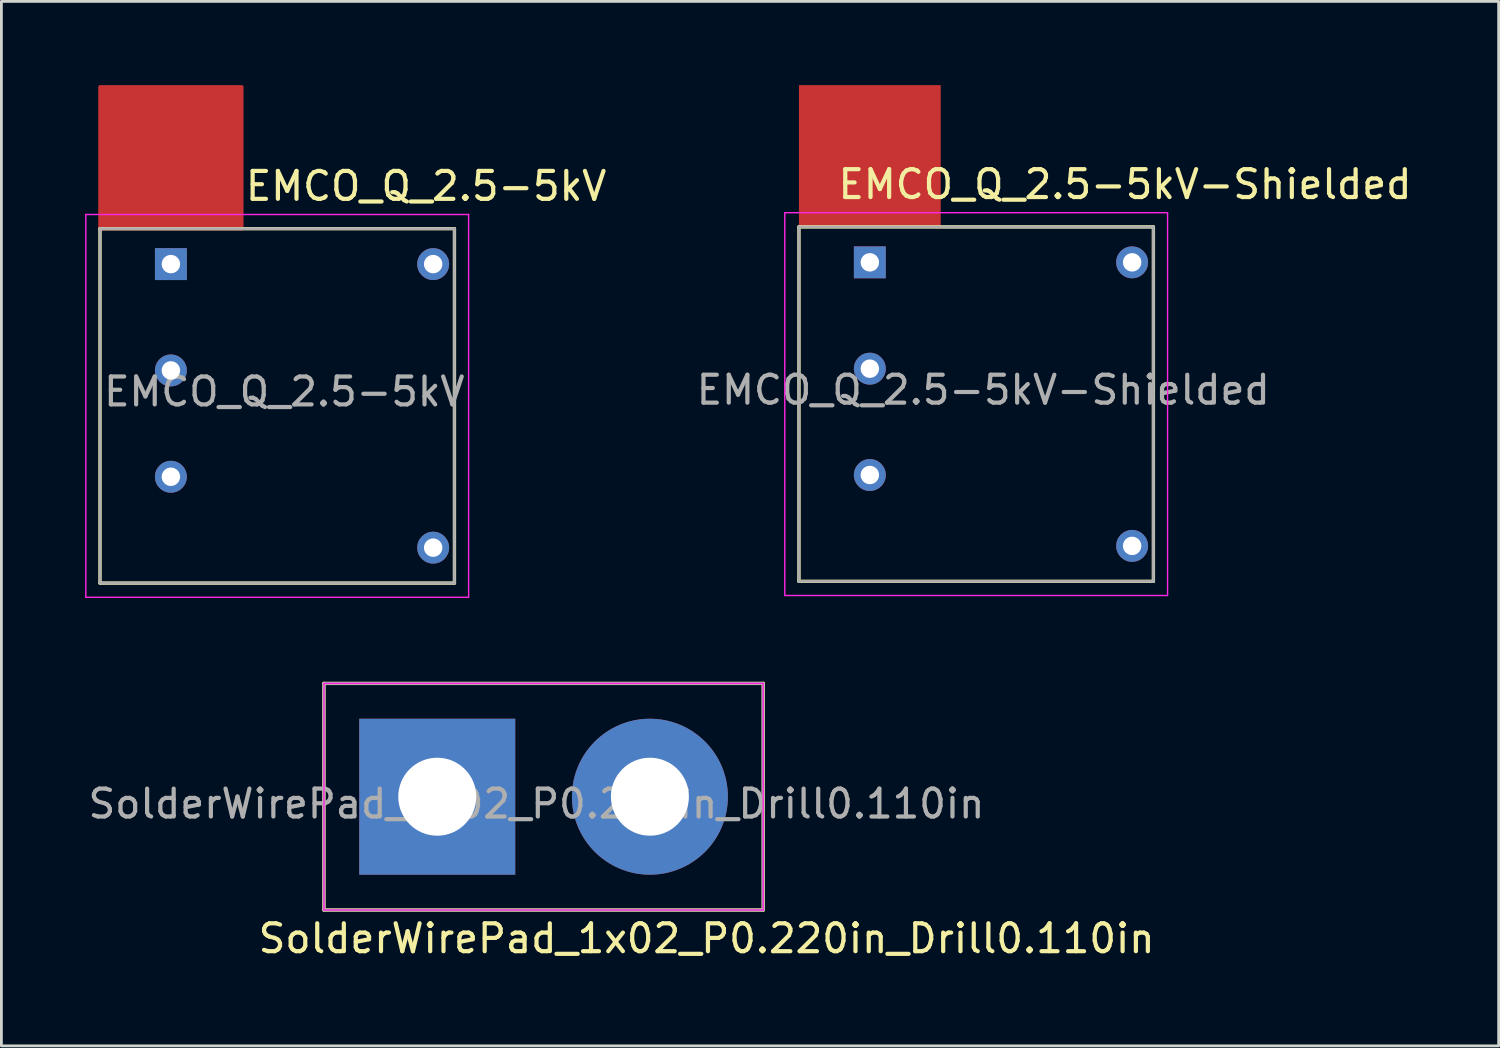
<source format=kicad_pcb>
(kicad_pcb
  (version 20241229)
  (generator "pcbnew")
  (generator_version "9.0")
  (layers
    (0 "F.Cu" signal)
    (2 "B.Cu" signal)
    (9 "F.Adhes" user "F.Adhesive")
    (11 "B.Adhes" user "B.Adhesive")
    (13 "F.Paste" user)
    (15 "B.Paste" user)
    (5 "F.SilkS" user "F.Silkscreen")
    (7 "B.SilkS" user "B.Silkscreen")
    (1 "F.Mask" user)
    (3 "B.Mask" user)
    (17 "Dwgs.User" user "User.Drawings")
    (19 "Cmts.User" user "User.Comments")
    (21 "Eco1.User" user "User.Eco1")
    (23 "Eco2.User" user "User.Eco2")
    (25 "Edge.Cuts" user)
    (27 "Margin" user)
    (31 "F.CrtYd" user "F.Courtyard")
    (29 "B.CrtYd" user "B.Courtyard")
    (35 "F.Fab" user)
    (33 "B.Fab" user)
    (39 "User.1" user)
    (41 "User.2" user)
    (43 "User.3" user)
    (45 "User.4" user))
  (footprint "SolderWirePad_1x02_P0.220in_Drill0.110in"
    (layer "F.Cu")
    (at 12.617 25.497)
    (property "Reference" "SolderWirePad_1x02_P0.220in_Drill0.110in" (at 9.652 5.08 0) (layer "F.SilkS") (effects (font (size 1 1) (thickness 0.15))))
    (attr exclude_from_pos_files exclude_from_bom)
    (fp_line (start -4.06 -4.06) (end 11.68 -4.06) (stroke (width 0.12) (type solid)) (layer "F.SilkS"))
    (fp_line (start -4.06 4.06) (end -4.06 -4.06) (stroke (width 0.12) (type solid)) (layer "F.SilkS"))
    (fp_line (start 11.68 -4.06) (end 11.68 4.06) (stroke (width 0.12) (type solid)) (layer "F.SilkS"))
    (fp_line (start 11.68 4.06) (end -4.06 4.06) (stroke (width 0.12) (type solid)) (layer "F.SilkS"))
    (fp_line (start -4.06 -4.06) (end 11.68 -4.06) (stroke (width 0.05) (type solid)) (layer "F.CrtYd"))
    (fp_line (start -4.06 4.06) (end -4.06 -4.06) (stroke (width 0.05) (type solid)) (layer "F.CrtYd"))
    (fp_line (start 11.68 -4.06) (end 11.68 4.06) (stroke (width 0.05) (type solid)) (layer "F.CrtYd"))
    (fp_line (start 11.68 4.06) (end -4.06 4.06) (stroke (width 0.05) (type solid)) (layer "F.CrtYd"))
    (fp_line (start -4.06 -4.06) (end 11.68 -4.06) (stroke (width 0.1) (type solid)) (layer "F.Fab"))
    (fp_line (start -4.06 4.06) (end -4.06 -4.06) (stroke (width 0.1) (type solid)) (layer "F.Fab"))
    (fp_line (start 11.68 -4.06) (end 11.68 4.06) (stroke (width 0.1) (type solid)) (layer "F.Fab"))
    (fp_line (start 11.68 4.06) (end -4.06 4.06) (stroke (width 0.1) (type solid)) (layer "F.Fab"))
    (fp_text user "${REFERENCE}" (at 3.556 0.254 0) (layer "F.Fab") (effects (font (size 1 1) (thickness 0.15))))
    (pad "1" thru_hole rect (at 0 0) (size 5.588 5.588) (drill 2.794) (layers "*.Cu" "*.Mask"))
    (pad "2" thru_hole circle (at 7.62 0) (size 5.588 5.588) (drill 2.794) (layers "*.Cu" "*.Mask")))
  (footprint "EMCO_Q_2.5-5kV-Shielded"
    (layer "F.Cu")
    (at 28.117 6.35)
    (property "Reference" "EMCO_Q_2.5-5kV-Shielded" (at 9.144 -2.794 0) (layer "F.SilkS") (effects (font (size 1 1) (thickness 0.15))))
    (attr through_hole)
    (fp_line (start -2.54 -1.27) (end -2.54 11.43) (stroke (width 0.12) (type solid)) (layer "F.SilkS"))
    (fp_line (start -2.54 11.43) (end 10.16 11.43) (stroke (width 0.12) (type solid)) (layer "F.SilkS"))
    (fp_line (start 10.16 -1.27) (end -2.54 -1.27) (stroke (width 0.12) (type solid)) (layer "F.SilkS"))
    (fp_line (start 10.16 11.43) (end 10.16 -1.27) (stroke (width 0.12) (type solid)) (layer "F.SilkS"))
    (fp_line (start -3.048 -1.778) (end 10.668 -1.778) (stroke (width 0.05) (type solid)) (layer "F.CrtYd"))
    (fp_line (start -3.048 11.938) (end -3.048 -1.778) (stroke (width 0.05) (type solid)) (layer "F.CrtYd"))
    (fp_line (start 10.668 -1.778) (end 10.668 11.938) (stroke (width 0.05) (type solid)) (layer "F.CrtYd"))
    (fp_line (start 10.668 11.938) (end -3.048 11.938) (stroke (width 0.05) (type solid)) (layer "F.CrtYd"))
    (fp_line (start -2.54 -1.27) (end -2.54 11.43) (stroke (width 0.1) (type solid)) (layer "F.Fab"))
    (fp_line (start -2.54 11.43) (end 10.16 11.43) (stroke (width 0.1) (type solid)) (layer "F.Fab"))
    (fp_line (start 10.16 -1.27) (end -2.54 -1.27) (stroke (width 0.1) (type solid)) (layer "F.Fab"))
    (fp_line (start 10.16 11.43) (end 10.16 -1.27) (stroke (width 0.1) (type solid)) (layer "F.Fab"))
    (fp_text user "${REFERENCE}" (at 4.064 4.572 0) (layer "F.Fab") (effects (font (size 1 1) (thickness 0.15))))
    (pad "1" thru_hole rect (at 0 0) (size 1.143 1.143) (drill 0.66) (layers "*.Cu" "*.Mask"))
    (pad "2" thru_hole circle (at 0 3.81) (size 1.143 1.143) (drill 0.66) (layers "*.Cu" "*.Mask"))
    (pad "3" thru_hole circle (at 9.398 0) (size 1.143 1.143) (drill 0.66) (layers "*.Cu" "*.Mask"))
    (pad "4" thru_hole circle (at 9.398 10.16) (size 1.143 1.143) (drill 0.66) (layers "*.Cu" "*.Mask"))
    (pad "6" thru_hole circle (at 0 7.62) (size 1.143 1.143) (drill 0.66) (layers "*.Cu" "*.Mask"))
    (pad "8" connect rect (at 0 -3.81) (size 5.08 5.08) (layers "F.Cu" "F.Mask")))
  (footprint "EMCO_Q_2.5-5kV"
    (layer "F.Cu")
    (at 3.073 6.413)
    (property "Reference" "EMCO_Q_2.5-5kV" (at 9.144 -2.794 0) (layer "F.SilkS") (effects (font (size 1 1) (thickness 0.15))))
    (attr through_hole)
    (fp_poly (pts (xy -2.54 -6.35) (xy 2.54 -6.35) (xy 2.54 -1.27) (xy -2.54 -1.27)) (stroke (width 0.127) (type solid)) (fill yes) (layer "F.Cu"))
    (fp_line (start -2.54 -1.27) (end -2.54 11.43) (stroke (width 0.12) (type solid)) (layer "F.SilkS"))
    (fp_line (start -2.54 11.43) (end 10.16 11.43) (stroke (width 0.12) (type solid)) (layer "F.SilkS"))
    (fp_line (start 10.16 -1.27) (end -2.54 -1.27) (stroke (width 0.12) (type solid)) (layer "F.SilkS"))
    (fp_line (start 10.16 11.43) (end 10.16 -1.27) (stroke (width 0.12) (type solid)) (layer "F.SilkS"))
    (fp_line (start -3.048 -1.778) (end 10.668 -1.778) (stroke (width 0.05) (type solid)) (layer "F.CrtYd"))
    (fp_line (start -3.048 11.938) (end -3.048 -1.778) (stroke (width 0.05) (type solid)) (layer "F.CrtYd"))
    (fp_line (start 10.668 -1.778) (end 10.668 11.938) (stroke (width 0.05) (type solid)) (layer "F.CrtYd"))
    (fp_line (start 10.668 11.938) (end -3.048 11.938) (stroke (width 0.05) (type solid)) (layer "F.CrtYd"))
    (fp_line (start -2.54 -1.27) (end -2.54 11.43) (stroke (width 0.1) (type solid)) (layer "F.Fab"))
    (fp_line (start -2.54 11.43) (end 10.16 11.43) (stroke (width 0.1) (type solid)) (layer "F.Fab"))
    (fp_line (start 10.16 -1.27) (end -2.54 -1.27) (stroke (width 0.1) (type solid)) (layer "F.Fab"))
    (fp_line (start 10.16 11.43) (end 10.16 -1.27) (stroke (width 0.1) (type solid)) (layer "F.Fab"))
    (fp_text user "${REFERENCE}" (at 4.064 4.572 0) (layer "F.Fab") (effects (font (size 1 1) (thickness 0.15))))
    (pad "1" thru_hole rect (at 0 0) (size 1.143 1.143) (drill 0.66) (layers "*.Cu" "*.Mask"))
    (pad "2" thru_hole circle (at 0 3.81) (size 1.143 1.143) (drill 0.66) (layers "*.Cu" "*.Mask"))
    (pad "3" thru_hole circle (at 9.398 0) (size 1.143 1.143) (drill 0.66) (layers "*.Cu" "*.Mask"))
    (pad "4" thru_hole circle (at 9.398 10.16) (size 1.143 1.143) (drill 0.66) (layers "*.Cu" "*.Mask"))
    (pad "6" thru_hole circle (at 0 7.62) (size 1.143 1.143) (drill 0.66) (layers "*.Cu" "*.Mask")))
  (gr_rect
    (start -3 -3)
    (end 50.648 34.425)
    (stroke (width 0.1) (type default))
    (fill no)
    (layer "Edge.Cuts")))
</source>
